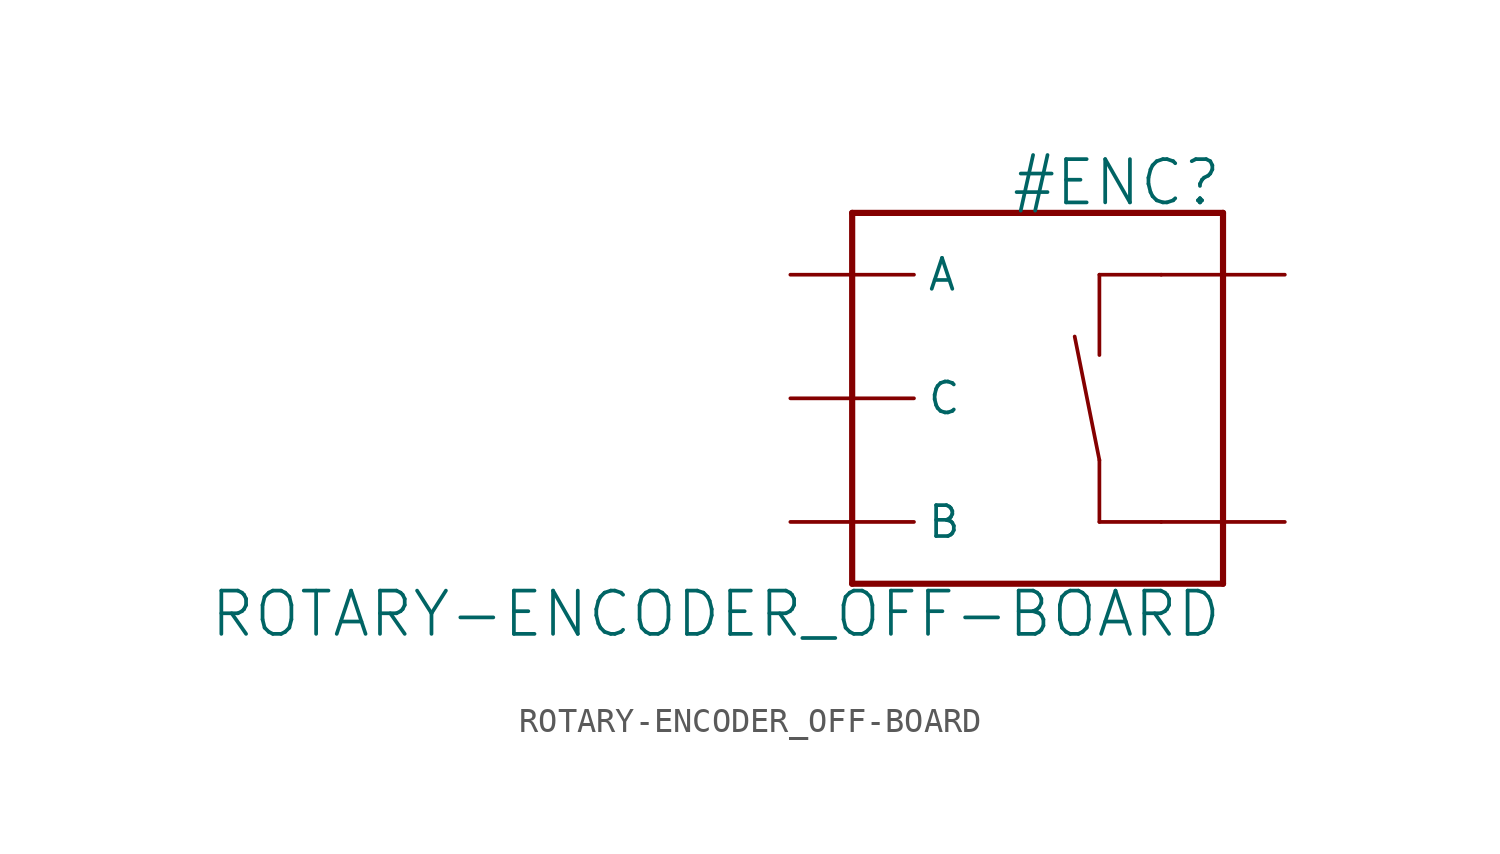
<source format=kicad_sym>
(kicad_symbol_lib
  (version 20211014)
  (generator kicad_symbol_editor)
  (symbol "ROTARY-ENCODER_OFF-BOARD"
    (property "Reference" "#ENC"
      (at 7.62 7.366 0)
      (effects (font (size 1.778 1.778)) (justify right top)))
    (property "Value" "ROTARY-ENCODER_OFF-BOARD"
      (at 7.62 -12.446 0)
      (effects (font (size 1.778 1.778)) (justify right bottom)))
    (property "ki_locked" ""
      (at 0 0 0)
      (effects (font (size 1.27 1.27))))
    (symbol "ROTARY-ENCODER_OFF-BOARD_1_0"
      (polyline (pts (xy -7.62 -10.16) (xy -7.62 5.08)) (stroke (width 0.254) (type default) (color 0 0 0 0)) (fill (type none)))
      (polyline (pts (xy -7.62 5.08) (xy 7.62 5.08)) (stroke (width 0.254) (type default) (color 0 0 0 0)) (fill (type none)))
      (polyline (pts (xy 2.54 -7.62) (xy 2.54 -5.08)) (stroke (width 0.152) (type default) (color 0 0 0 0)) (fill (type none)))
      (polyline (pts (xy 2.54 -5.08) (xy 1.524 0)) (stroke (width 0.152) (type default) (color 0 0 0 0)) (fill (type none)))
      (polyline (pts (xy 2.54 2.54) (xy 2.54 -0.762)) (stroke (width 0.152) (type default) (color 0 0 0 0)) (fill (type none)))
      (polyline (pts (xy 5.08 -7.62) (xy 2.54 -7.62)) (stroke (width 0.152) (type default) (color 0 0 0 0)) (fill (type none)))
      (polyline (pts (xy 5.08 2.54) (xy 2.54 2.54)) (stroke (width 0.152) (type default) (color 0 0 0 0)) (fill (type none)))
      (polyline (pts (xy 7.62 -10.16) (xy -7.62 -10.16)) (stroke (width 0.254) (type default) (color 0 0 0 0)) (fill (type none)))
      (polyline (pts (xy 7.62 5.08) (xy 7.62 -10.16)) (stroke (width 0.254) (type default) (color 0 0 0 0)) (fill (type none)))
      (pin bidirectional line (at 10.16 -7.62 180) (length 5.08) (name "SW+" (effects (font (size 0 0)))) (number "1" (effects (font (size 0 0)))))
      (pin bidirectional line (at 10.16 2.54 180) (length 5.08) (name "SW-" (effects (font (size 0 0)))) (number "2" (effects (font (size 0 0)))))
      (pin bidirectional line (at -10.16 -7.62 0) (length 5.08) (name "B" (effects (font (size 1.27 1.27)))) (number "3" (effects (font (size 0 0)))))
      (pin bidirectional line (at -10.16 -2.54 0) (length 5.08) (name "C" (effects (font (size 1.27 1.27)))) (number "4" (effects (font (size 0 0)))))
      (pin bidirectional line (at -10.16 2.54 0) (length 5.08) (name "A" (effects (font (size 1.27 1.27)))) (number "5" (effects (font (size 0 0))))))))
</source>
